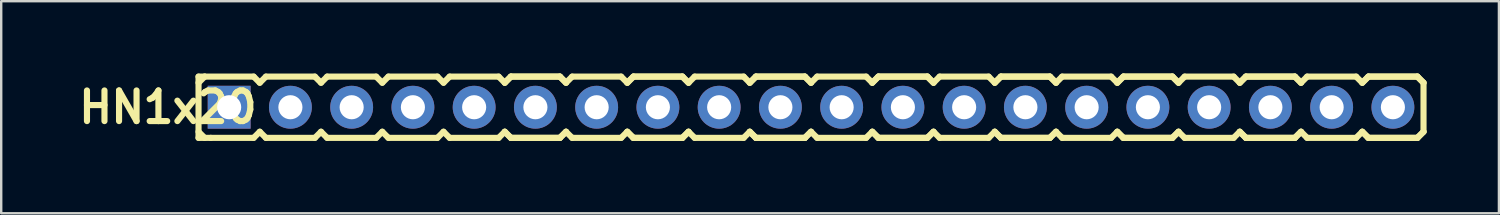
<source format=kicad_pcb>
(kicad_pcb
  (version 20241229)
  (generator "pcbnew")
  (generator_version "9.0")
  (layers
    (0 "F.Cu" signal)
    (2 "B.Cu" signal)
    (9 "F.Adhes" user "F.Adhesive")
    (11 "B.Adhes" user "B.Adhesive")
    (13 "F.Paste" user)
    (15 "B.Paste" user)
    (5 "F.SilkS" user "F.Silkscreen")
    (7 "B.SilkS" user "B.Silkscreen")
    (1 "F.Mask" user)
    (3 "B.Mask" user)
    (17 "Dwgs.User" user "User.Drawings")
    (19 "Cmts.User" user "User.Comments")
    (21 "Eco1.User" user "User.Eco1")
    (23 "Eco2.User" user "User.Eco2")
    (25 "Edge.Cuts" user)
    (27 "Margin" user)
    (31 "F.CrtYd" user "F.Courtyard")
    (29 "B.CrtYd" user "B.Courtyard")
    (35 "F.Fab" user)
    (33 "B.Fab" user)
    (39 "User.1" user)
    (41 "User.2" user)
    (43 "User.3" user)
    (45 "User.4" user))
  (footprint "HN1x20"
    (layer "F.Cu")
    (at 30.583 1.397)
    (property "Reference" "HN1x20" (at -26.67 0 0) (layer "F.SilkS") (effects (font (size 1.27 1.27) (thickness 0.254))))
    (attr smd)
    (fp_line (start -25.4 -1.27) (end -25.4 1.27) (stroke (width 0.254) (type solid)) (layer "F.SilkS"))
    (fp_line (start -25.4 -1.27) (end -25.146 -1.27) (stroke (width 0.254) (type solid)) (layer "F.SilkS"))
    (fp_line (start -25.4 -1.016) (end -25.146 -1.27) (stroke (width 0.254) (type solid)) (layer "F.SilkS"))
    (fp_line (start -25.146 -1.27) (end -23.114 -1.27) (stroke (width 0.254) (type solid)) (layer "F.SilkS"))
    (fp_line (start -25.146 1.27) (end -25.4 1.016) (stroke (width 0.254) (type solid)) (layer "F.SilkS"))
    (fp_line (start -24.892 1.27) (end -25.4 1.27) (stroke (width 0.254) (type solid)) (layer "F.SilkS"))
    (fp_line (start -23.114 -1.27) (end -22.86 -1.016) (stroke (width 0.254) (type solid)) (layer "F.SilkS"))
    (fp_line (start -23.114 1.27) (end -24.892 1.27) (stroke (width 0.254) (type solid)) (layer "F.SilkS"))
    (fp_line (start -22.86 -1.016) (end -22.606 -1.27) (stroke (width 0.254) (type solid)) (layer "F.SilkS"))
    (fp_line (start -22.86 1.016) (end -23.114 1.27) (stroke (width 0.254) (type solid)) (layer "F.SilkS"))
    (fp_line (start -22.606 -1.27) (end -20.574 -1.27) (stroke (width 0.254) (type solid)) (layer "F.SilkS"))
    (fp_line (start -22.606 1.27) (end -22.86 1.016) (stroke (width 0.254) (type solid)) (layer "F.SilkS"))
    (fp_line (start -20.574 -1.27) (end -20.32 -1.016) (stroke (width 0.254) (type solid)) (layer "F.SilkS"))
    (fp_line (start -20.574 1.27) (end -22.606 1.27) (stroke (width 0.254) (type solid)) (layer "F.SilkS"))
    (fp_line (start -20.574 1.27) (end -20.32 1.016) (stroke (width 0.254) (type solid)) (layer "F.SilkS"))
    (fp_line (start -20.32 -1.016) (end -20.066 -1.27) (stroke (width 0.254) (type solid)) (layer "F.SilkS"))
    (fp_line (start -20.32 1.016) (end -20.066 1.27) (stroke (width 0.254) (type solid)) (layer "F.SilkS"))
    (fp_line (start -20.066 -1.27) (end -18.034 -1.27) (stroke (width 0.254) (type solid)) (layer "F.SilkS"))
    (fp_line (start -18.034 -1.27) (end -17.78 -1.016) (stroke (width 0.254) (type solid)) (layer "F.SilkS"))
    (fp_line (start -18.034 1.27) (end -20.066 1.27) (stroke (width 0.254) (type solid)) (layer "F.SilkS"))
    (fp_line (start -17.78 -1.016) (end -17.526 -1.27) (stroke (width 0.254) (type solid)) (layer "F.SilkS"))
    (fp_line (start -17.78 1.016) (end -18.034 1.27) (stroke (width 0.254) (type solid)) (layer "F.SilkS"))
    (fp_line (start -17.526 -1.27) (end -15.494 -1.27) (stroke (width 0.254) (type solid)) (layer "F.SilkS"))
    (fp_line (start -17.526 1.27) (end -17.78 1.016) (stroke (width 0.254) (type solid)) (layer "F.SilkS"))
    (fp_line (start -15.494 -1.27) (end -15.24 -1.016) (stroke (width 0.254) (type solid)) (layer "F.SilkS"))
    (fp_line (start -15.494 1.27) (end -17.526 1.27) (stroke (width 0.254) (type solid)) (layer "F.SilkS"))
    (fp_line (start -15.24 -1.016) (end -14.986 -1.27) (stroke (width 0.254) (type solid)) (layer "F.SilkS"))
    (fp_line (start -15.24 1.016) (end -15.494 1.27) (stroke (width 0.254) (type solid)) (layer "F.SilkS"))
    (fp_line (start -14.986 -1.27) (end -12.954 -1.27) (stroke (width 0.254) (type solid)) (layer "F.SilkS"))
    (fp_line (start -14.986 1.27) (end -15.24 1.016) (stroke (width 0.254) (type solid)) (layer "F.SilkS"))
    (fp_line (start -12.954 -1.27) (end -12.7 -1.016) (stroke (width 0.254) (type solid)) (layer "F.SilkS"))
    (fp_line (start -12.954 1.27) (end -14.986 1.27) (stroke (width 0.254) (type solid)) (layer "F.SilkS"))
    (fp_line (start -12.7 -1.016) (end -12.446 -1.27) (stroke (width 0.254) (type solid)) (layer "F.SilkS"))
    (fp_line (start -12.7 -1.016) (end -12.446 -1.27) (stroke (width 0.254) (type solid)) (layer "F.SilkS"))
    (fp_line (start -12.7 1.016) (end -12.954 1.27) (stroke (width 0.254) (type solid)) (layer "F.SilkS"))
    (fp_line (start -12.446 -1.27) (end -10.414 -1.27) (stroke (width 0.254) (type solid)) (layer "F.SilkS"))
    (fp_line (start -12.446 -1.27) (end -10.414 -1.27) (stroke (width 0.254) (type solid)) (layer "F.SilkS"))
    (fp_line (start -12.446 1.27) (end -12.7 1.016) (stroke (width 0.254) (type solid)) (layer "F.SilkS"))
    (fp_line (start -12.446 1.27) (end -12.7 1.016) (stroke (width 0.254) (type solid)) (layer "F.SilkS"))
    (fp_line (start -10.414 -1.27) (end -10.16 -1.016) (stroke (width 0.254) (type solid)) (layer "F.SilkS"))
    (fp_line (start -10.414 -1.27) (end -10.16 -1.016) (stroke (width 0.254) (type solid)) (layer "F.SilkS"))
    (fp_line (start -10.414 1.27) (end -12.446 1.27) (stroke (width 0.254) (type solid)) (layer "F.SilkS"))
    (fp_line (start -10.414 1.27) (end -12.446 1.27) (stroke (width 0.254) (type solid)) (layer "F.SilkS"))
    (fp_line (start -10.16 -1.016) (end -9.906 -1.27) (stroke (width 0.254) (type solid)) (layer "F.SilkS"))
    (fp_line (start -10.16 1.016) (end -10.414 1.27) (stroke (width 0.254) (type solid)) (layer "F.SilkS"))
    (fp_line (start -10.16 1.016) (end -10.414 1.27) (stroke (width 0.254) (type solid)) (layer "F.SilkS"))
    (fp_line (start -9.906 -1.27) (end -7.874 -1.27) (stroke (width 0.254) (type solid)) (layer "F.SilkS"))
    (fp_line (start -9.906 1.27) (end -10.16 1.016) (stroke (width 0.254) (type solid)) (layer "F.SilkS"))
    (fp_line (start -7.874 -1.27) (end -7.62 -1.016) (stroke (width 0.254) (type solid)) (layer "F.SilkS"))
    (fp_line (start -7.874 1.27) (end -9.906 1.27) (stroke (width 0.254) (type solid)) (layer "F.SilkS"))
    (fp_line (start -7.62 -1.016) (end -7.366 -1.27) (stroke (width 0.254) (type solid)) (layer "F.SilkS"))
    (fp_line (start -7.62 -1.016) (end -7.366 -1.27) (stroke (width 0.254) (type solid)) (layer "F.SilkS"))
    (fp_line (start -7.62 1.016) (end -7.874 1.27) (stroke (width 0.254) (type solid)) (layer "F.SilkS"))
    (fp_line (start -7.366 -1.27) (end -5.334 -1.27) (stroke (width 0.254) (type solid)) (layer "F.SilkS"))
    (fp_line (start -7.366 -1.27) (end -5.334 -1.27) (stroke (width 0.254) (type solid)) (layer "F.SilkS"))
    (fp_line (start -7.366 1.27) (end -7.62 1.016) (stroke (width 0.254) (type solid)) (layer "F.SilkS"))
    (fp_line (start -7.366 1.27) (end -7.62 1.016) (stroke (width 0.254) (type solid)) (layer "F.SilkS"))
    (fp_line (start -5.334 -1.27) (end -5.08 -1.016) (stroke (width 0.254) (type solid)) (layer "F.SilkS"))
    (fp_line (start -5.334 -1.27) (end -5.08 -1.016) (stroke (width 0.254) (type solid)) (layer "F.SilkS"))
    (fp_line (start -5.334 1.27) (end -7.366 1.27) (stroke (width 0.254) (type solid)) (layer "F.SilkS"))
    (fp_line (start -5.334 1.27) (end -7.366 1.27) (stroke (width 0.254) (type solid)) (layer "F.SilkS"))
    (fp_line (start -5.08 -1.016) (end -4.826 -1.27) (stroke (width 0.254) (type solid)) (layer "F.SilkS"))
    (fp_line (start -5.08 1.016) (end -5.334 1.27) (stroke (width 0.254) (type solid)) (layer "F.SilkS"))
    (fp_line (start -5.08 1.016) (end -5.334 1.27) (stroke (width 0.254) (type solid)) (layer "F.SilkS"))
    (fp_line (start -4.826 -1.27) (end -2.794 -1.27) (stroke (width 0.254) (type solid)) (layer "F.SilkS"))
    (fp_line (start -4.826 1.27) (end -5.08 1.016) (stroke (width 0.254) (type solid)) (layer "F.SilkS"))
    (fp_line (start -2.794 -1.27) (end -2.54 -1.016) (stroke (width 0.254) (type solid)) (layer "F.SilkS"))
    (fp_line (start -2.794 1.27) (end -4.826 1.27) (stroke (width 0.254) (type solid)) (layer "F.SilkS"))
    (fp_line (start -2.54 -1.016) (end -2.286 -1.27) (stroke (width 0.254) (type solid)) (layer "F.SilkS"))
    (fp_line (start -2.54 -1.016) (end -2.286 -1.27) (stroke (width 0.254) (type solid)) (layer "F.SilkS"))
    (fp_line (start -2.54 1.016) (end -2.794 1.27) (stroke (width 0.254) (type solid)) (layer "F.SilkS"))
    (fp_line (start -2.286 -1.27) (end -0.254 -1.27) (stroke (width 0.254) (type solid)) (layer "F.SilkS"))
    (fp_line (start -2.286 -1.27) (end -0.254 -1.27) (stroke (width 0.254) (type solid)) (layer "F.SilkS"))
    (fp_line (start -2.286 1.27) (end -2.54 1.016) (stroke (width 0.254) (type solid)) (layer "F.SilkS"))
    (fp_line (start -2.286 1.27) (end -2.54 1.016) (stroke (width 0.254) (type solid)) (layer "F.SilkS"))
    (fp_line (start -0.254 -1.27) (end 0 -1.016) (stroke (width 0.254) (type solid)) (layer "F.SilkS"))
    (fp_line (start -0.254 -1.27) (end 0 -1.016) (stroke (width 0.254) (type solid)) (layer "F.SilkS"))
    (fp_line (start -0.254 1.27) (end -2.286 1.27) (stroke (width 0.254) (type solid)) (layer "F.SilkS"))
    (fp_line (start -0.254 1.27) (end -2.286 1.27) (stroke (width 0.254) (type solid)) (layer "F.SilkS"))
    (fp_line (start 0 -1.016) (end 0.254 -1.27) (stroke (width 0.254) (type solid)) (layer "F.SilkS"))
    (fp_line (start 0 1.016) (end -0.254 1.27) (stroke (width 0.254) (type solid)) (layer "F.SilkS"))
    (fp_line (start 0 1.016) (end -0.254 1.27) (stroke (width 0.254) (type solid)) (layer "F.SilkS"))
    (fp_line (start 0.254 -1.27) (end 2.286 -1.27) (stroke (width 0.254) (type solid)) (layer "F.SilkS"))
    (fp_line (start 0.254 1.27) (end 0 1.016) (stroke (width 0.254) (type solid)) (layer "F.SilkS"))
    (fp_line (start 2.286 -1.27) (end 2.54 -1.016) (stroke (width 0.254) (type solid)) (layer "F.SilkS"))
    (fp_line (start 2.286 1.27) (end 0.254 1.27) (stroke (width 0.254) (type solid)) (layer "F.SilkS"))
    (fp_line (start 2.54 -1.016) (end 2.794 -1.27) (stroke (width 0.254) (type solid)) (layer "F.SilkS"))
    (fp_line (start 2.54 -1.016) (end 2.794 -1.27) (stroke (width 0.254) (type solid)) (layer "F.SilkS"))
    (fp_line (start 2.54 1.016) (end 2.286 1.27) (stroke (width 0.254) (type solid)) (layer "F.SilkS"))
    (fp_line (start 2.794 -1.27) (end 4.826 -1.27) (stroke (width 0.254) (type solid)) (layer "F.SilkS"))
    (fp_line (start 2.794 -1.27) (end 4.826 -1.27) (stroke (width 0.254) (type solid)) (layer "F.SilkS"))
    (fp_line (start 2.794 1.27) (end 2.54 1.016) (stroke (width 0.254) (type solid)) (layer "F.SilkS"))
    (fp_line (start 2.794 1.27) (end 2.54 1.016) (stroke (width 0.254) (type solid)) (layer "F.SilkS"))
    (fp_line (start 4.826 -1.27) (end 5.08 -1.016) (stroke (width 0.254) (type solid)) (layer "F.SilkS"))
    (fp_line (start 4.826 -1.27) (end 5.08 -1.016) (stroke (width 0.254) (type solid)) (layer "F.SilkS"))
    (fp_line (start 4.826 1.27) (end 2.794 1.27) (stroke (width 0.254) (type solid)) (layer "F.SilkS"))
    (fp_line (start 4.826 1.27) (end 2.794 1.27) (stroke (width 0.254) (type solid)) (layer "F.SilkS"))
    (fp_line (start 5.08 -1.016) (end 5.334 -1.27) (stroke (width 0.254) (type solid)) (layer "F.SilkS"))
    (fp_line (start 5.08 1.016) (end 4.826 1.27) (stroke (width 0.254) (type solid)) (layer "F.SilkS"))
    (fp_line (start 5.08 1.016) (end 4.826 1.27) (stroke (width 0.254) (type solid)) (layer "F.SilkS"))
    (fp_line (start 5.334 -1.27) (end 7.366 -1.27) (stroke (width 0.254) (type solid)) (layer "F.SilkS"))
    (fp_line (start 5.334 1.27) (end 5.08 1.016) (stroke (width 0.254) (type solid)) (layer "F.SilkS"))
    (fp_line (start 7.366 -1.27) (end 7.62 -1.016) (stroke (width 0.254) (type solid)) (layer "F.SilkS"))
    (fp_line (start 7.366 1.27) (end 5.334 1.27) (stroke (width 0.254) (type solid)) (layer "F.SilkS"))
    (fp_line (start 7.62 -1.016) (end 7.874 -1.27) (stroke (width 0.254) (type solid)) (layer "F.SilkS"))
    (fp_line (start 7.62 -1.016) (end 7.874 -1.27) (stroke (width 0.254) (type solid)) (layer "F.SilkS"))
    (fp_line (start 7.62 1.016) (end 7.366 1.27) (stroke (width 0.254) (type solid)) (layer "F.SilkS"))
    (fp_line (start 7.874 -1.27) (end 9.906 -1.27) (stroke (width 0.254) (type solid)) (layer "F.SilkS"))
    (fp_line (start 7.874 -1.27) (end 9.906 -1.27) (stroke (width 0.254) (type solid)) (layer "F.SilkS"))
    (fp_line (start 7.874 1.27) (end 7.62 1.016) (stroke (width 0.254) (type solid)) (layer "F.SilkS"))
    (fp_line (start 7.874 1.27) (end 7.62 1.016) (stroke (width 0.254) (type solid)) (layer "F.SilkS"))
    (fp_line (start 9.906 -1.27) (end 10.16 -1.016) (stroke (width 0.254) (type solid)) (layer "F.SilkS"))
    (fp_line (start 9.906 -1.27) (end 10.16 -1.016) (stroke (width 0.254) (type solid)) (layer "F.SilkS"))
    (fp_line (start 9.906 1.27) (end 7.874 1.27) (stroke (width 0.254) (type solid)) (layer "F.SilkS"))
    (fp_line (start 9.906 1.27) (end 7.874 1.27) (stroke (width 0.254) (type solid)) (layer "F.SilkS"))
    (fp_line (start 10.16 -1.016) (end 10.414 -1.27) (stroke (width 0.254) (type solid)) (layer "F.SilkS"))
    (fp_line (start 10.16 1.016) (end 9.906 1.27) (stroke (width 0.254) (type solid)) (layer "F.SilkS"))
    (fp_line (start 10.16 1.016) (end 9.906 1.27) (stroke (width 0.254) (type solid)) (layer "F.SilkS"))
    (fp_line (start 10.414 -1.27) (end 12.446 -1.27) (stroke (width 0.254) (type solid)) (layer "F.SilkS"))
    (fp_line (start 10.414 1.27) (end 10.16 1.016) (stroke (width 0.254) (type solid)) (layer "F.SilkS"))
    (fp_line (start 12.446 -1.27) (end 12.7 -1.016) (stroke (width 0.254) (type solid)) (layer "F.SilkS"))
    (fp_line (start 12.446 1.27) (end 10.414 1.27) (stroke (width 0.254) (type solid)) (layer "F.SilkS"))
    (fp_line (start 12.7 -1.016) (end 12.954 -1.27) (stroke (width 0.254) (type solid)) (layer "F.SilkS"))
    (fp_line (start 12.7 -1.016) (end 12.954 -1.27) (stroke (width 0.254) (type solid)) (layer "F.SilkS"))
    (fp_line (start 12.7 1.016) (end 12.446 1.27) (stroke (width 0.254) (type solid)) (layer "F.SilkS"))
    (fp_line (start 12.954 -1.27) (end 14.986 -1.27) (stroke (width 0.254) (type solid)) (layer "F.SilkS"))
    (fp_line (start 12.954 -1.27) (end 14.986 -1.27) (stroke (width 0.254) (type solid)) (layer "F.SilkS"))
    (fp_line (start 12.954 1.27) (end 12.7 1.016) (stroke (width 0.254) (type solid)) (layer "F.SilkS"))
    (fp_line (start 12.954 1.27) (end 12.7 1.016) (stroke (width 0.254) (type solid)) (layer "F.SilkS"))
    (fp_line (start 14.986 -1.27) (end 15.24 -1.016) (stroke (width 0.254) (type solid)) (layer "F.SilkS"))
    (fp_line (start 14.986 -1.27) (end 15.24 -1.016) (stroke (width 0.254) (type solid)) (layer "F.SilkS"))
    (fp_line (start 14.986 1.27) (end 12.954 1.27) (stroke (width 0.254) (type solid)) (layer "F.SilkS"))
    (fp_line (start 14.986 1.27) (end 12.954 1.27) (stroke (width 0.254) (type solid)) (layer "F.SilkS"))
    (fp_line (start 15.24 -1.016) (end 15.494 -1.27) (stroke (width 0.254) (type solid)) (layer "F.SilkS"))
    (fp_line (start 15.24 1.016) (end 14.986 1.27) (stroke (width 0.254) (type solid)) (layer "F.SilkS"))
    (fp_line (start 15.24 1.016) (end 14.986 1.27) (stroke (width 0.254) (type solid)) (layer "F.SilkS"))
    (fp_line (start 15.494 -1.27) (end 17.526 -1.27) (stroke (width 0.254) (type solid)) (layer "F.SilkS"))
    (fp_line (start 15.494 1.27) (end 15.24 1.016) (stroke (width 0.254) (type solid)) (layer "F.SilkS"))
    (fp_line (start 17.526 -1.27) (end 17.78 -1.016) (stroke (width 0.254) (type solid)) (layer "F.SilkS"))
    (fp_line (start 17.526 1.27) (end 15.494 1.27) (stroke (width 0.254) (type solid)) (layer "F.SilkS"))
    (fp_line (start 17.78 -1.016) (end 18.034 -1.27) (stroke (width 0.254) (type solid)) (layer "F.SilkS"))
    (fp_line (start 17.78 -1.016) (end 18.034 -1.27) (stroke (width 0.254) (type solid)) (layer "F.SilkS"))
    (fp_line (start 17.78 1.016) (end 17.526 1.27) (stroke (width 0.254) (type solid)) (layer "F.SilkS"))
    (fp_line (start 18.034 -1.27) (end 20.066 -1.27) (stroke (width 0.254) (type solid)) (layer "F.SilkS"))
    (fp_line (start 18.034 -1.27) (end 20.066 -1.27) (stroke (width 0.254) (type solid)) (layer "F.SilkS"))
    (fp_line (start 18.034 1.27) (end 17.78 1.016) (stroke (width 0.254) (type solid)) (layer "F.SilkS"))
    (fp_line (start 18.034 1.27) (end 17.78 1.016) (stroke (width 0.254) (type solid)) (layer "F.SilkS"))
    (fp_line (start 20.066 -1.27) (end 20.32 -1.016) (stroke (width 0.254) (type solid)) (layer "F.SilkS"))
    (fp_line (start 20.066 -1.27) (end 20.32 -1.016) (stroke (width 0.254) (type solid)) (layer "F.SilkS"))
    (fp_line (start 20.066 1.27) (end 18.034 1.27) (stroke (width 0.254) (type solid)) (layer "F.SilkS"))
    (fp_line (start 20.066 1.27) (end 18.034 1.27) (stroke (width 0.254) (type solid)) (layer "F.SilkS"))
    (fp_line (start 20.32 -1.016) (end 20.574 -1.27) (stroke (width 0.254) (type solid)) (layer "F.SilkS"))
    (fp_line (start 20.32 1.016) (end 20.066 1.27) (stroke (width 0.254) (type solid)) (layer "F.SilkS"))
    (fp_line (start 20.32 1.016) (end 20.066 1.27) (stroke (width 0.254) (type solid)) (layer "F.SilkS"))
    (fp_line (start 20.574 -1.27) (end 22.606 -1.27) (stroke (width 0.254) (type solid)) (layer "F.SilkS"))
    (fp_line (start 20.574 1.27) (end 20.32 1.016) (stroke (width 0.254) (type solid)) (layer "F.SilkS"))
    (fp_line (start 22.606 -1.27) (end 22.86 -1.016) (stroke (width 0.254) (type solid)) (layer "F.SilkS"))
    (fp_line (start 22.606 1.27) (end 20.574 1.27) (stroke (width 0.254) (type solid)) (layer "F.SilkS"))
    (fp_line (start 22.86 -1.016) (end 23.114 -1.27) (stroke (width 0.254) (type solid)) (layer "F.SilkS"))
    (fp_line (start 22.86 -1.016) (end 23.114 -1.27) (stroke (width 0.254) (type solid)) (layer "F.SilkS"))
    (fp_line (start 22.86 1.016) (end 22.606 1.27) (stroke (width 0.254) (type solid)) (layer "F.SilkS"))
    (fp_line (start 23.114 -1.27) (end 25.146 -1.27) (stroke (width 0.254) (type solid)) (layer "F.SilkS"))
    (fp_line (start 23.114 -1.27) (end 25.146 -1.27) (stroke (width 0.254) (type solid)) (layer "F.SilkS"))
    (fp_line (start 23.114 1.27) (end 22.86 1.016) (stroke (width 0.254) (type solid)) (layer "F.SilkS"))
    (fp_line (start 23.114 1.27) (end 22.86 1.016) (stroke (width 0.254) (type solid)) (layer "F.SilkS"))
    (fp_line (start 25.146 -1.27) (end 25.4 -1.016) (stroke (width 0.254) (type solid)) (layer "F.SilkS"))
    (fp_line (start 25.146 -1.27) (end 25.4 -1.016) (stroke (width 0.254) (type solid)) (layer "F.SilkS"))
    (fp_line (start 25.146 1.27) (end 23.114 1.27) (stroke (width 0.254) (type solid)) (layer "F.SilkS"))
    (fp_line (start 25.146 1.27) (end 23.114 1.27) (stroke (width 0.254) (type solid)) (layer "F.SilkS"))
    (fp_line (start 25.4 -1.016) (end 25.4 1.016) (stroke (width 0.254) (type solid)) (layer "F.SilkS"))
    (fp_line (start 25.4 1.016) (end 25.146 1.27) (stroke (width 0.254) (type solid)) (layer "F.SilkS"))
    (fp_line (start 25.4 1.016) (end 25.146 1.27) (stroke (width 0.254) (type solid)) (layer "F.SilkS"))
    (pad "1" thru_hole rect (at -24.13 0) (size 1.778 1.778) (drill 1) (layers "*.Cu" "*.Mask"))
    (pad "2" thru_hole circle (at -21.59 0) (size 1.778 1.778) (drill 1) (layers "*.Cu" "*.Mask"))
    (pad "3" thru_hole circle (at -19.05 0) (size 1.778 1.778) (drill 1) (layers "*.Cu" "*.Mask"))
    (pad "4" thru_hole circle (at -16.51 0) (size 1.778 1.778) (drill 1) (layers "*.Cu" "*.Mask"))
    (pad "5" thru_hole circle (at -13.97 0) (size 1.778 1.778) (drill 1) (layers "*.Cu" "*.Mask"))
    (pad "6" thru_hole circle (at -11.43 0) (size 1.778 1.778) (drill 1) (layers "*.Cu" "*.Mask"))
    (pad "7" thru_hole circle (at -8.89 0) (size 1.778 1.778) (drill 1) (layers "*.Cu" "*.Mask"))
    (pad "8" thru_hole circle (at -6.35 0) (size 1.778 1.778) (drill 1) (layers "*.Cu" "*.Mask"))
    (pad "9" thru_hole circle (at -3.81 0) (size 1.778 1.778) (drill 1) (layers "*.Cu" "*.Mask"))
    (pad "10" thru_hole circle (at -1.27 0) (size 1.778 1.778) (drill 1) (layers "*.Cu" "*.Mask"))
    (pad "11" thru_hole circle (at 1.27 0) (size 1.778 1.778) (drill 1) (layers "*.Cu" "*.Mask"))
    (pad "12" thru_hole circle (at 3.81 0) (size 1.778 1.778) (drill 1) (layers "*.Cu" "*.Mask"))
    (pad "13" thru_hole circle (at 6.35 0) (size 1.778 1.778) (drill 1) (layers "*.Cu" "*.Mask"))
    (pad "14" thru_hole circle (at 8.89 0) (size 1.778 1.778) (drill 1) (layers "*.Cu" "*.Mask"))
    (pad "15" thru_hole circle (at 11.43 0) (size 1.778 1.778) (drill 1) (layers "*.Cu" "*.Mask"))
    (pad "16" thru_hole circle (at 13.97 0) (size 1.778 1.778) (drill 1) (layers "*.Cu" "*.Mask"))
    (pad "17" thru_hole circle (at 16.51 0) (size 1.778 1.778) (drill 1) (layers "*.Cu" "*.Mask"))
    (pad "18" thru_hole circle (at 19.05 0) (size 1.778 1.778) (drill 1) (layers "*.Cu" "*.Mask"))
    (pad "19" thru_hole circle (at 21.59 0) (size 1.778 1.778) (drill 1) (layers "*.Cu" "*.Mask"))
    (pad "20" thru_hole circle (at 24.13 0) (size 1.778 1.778) (drill 1) (layers "*.Cu" "*.Mask")))
  (gr_rect
    (start -3 -3)
    (end 59.11 5.794)
    (stroke (width 0.1) (type default))
    (fill no)
    (layer "Edge.Cuts")))
</source>
